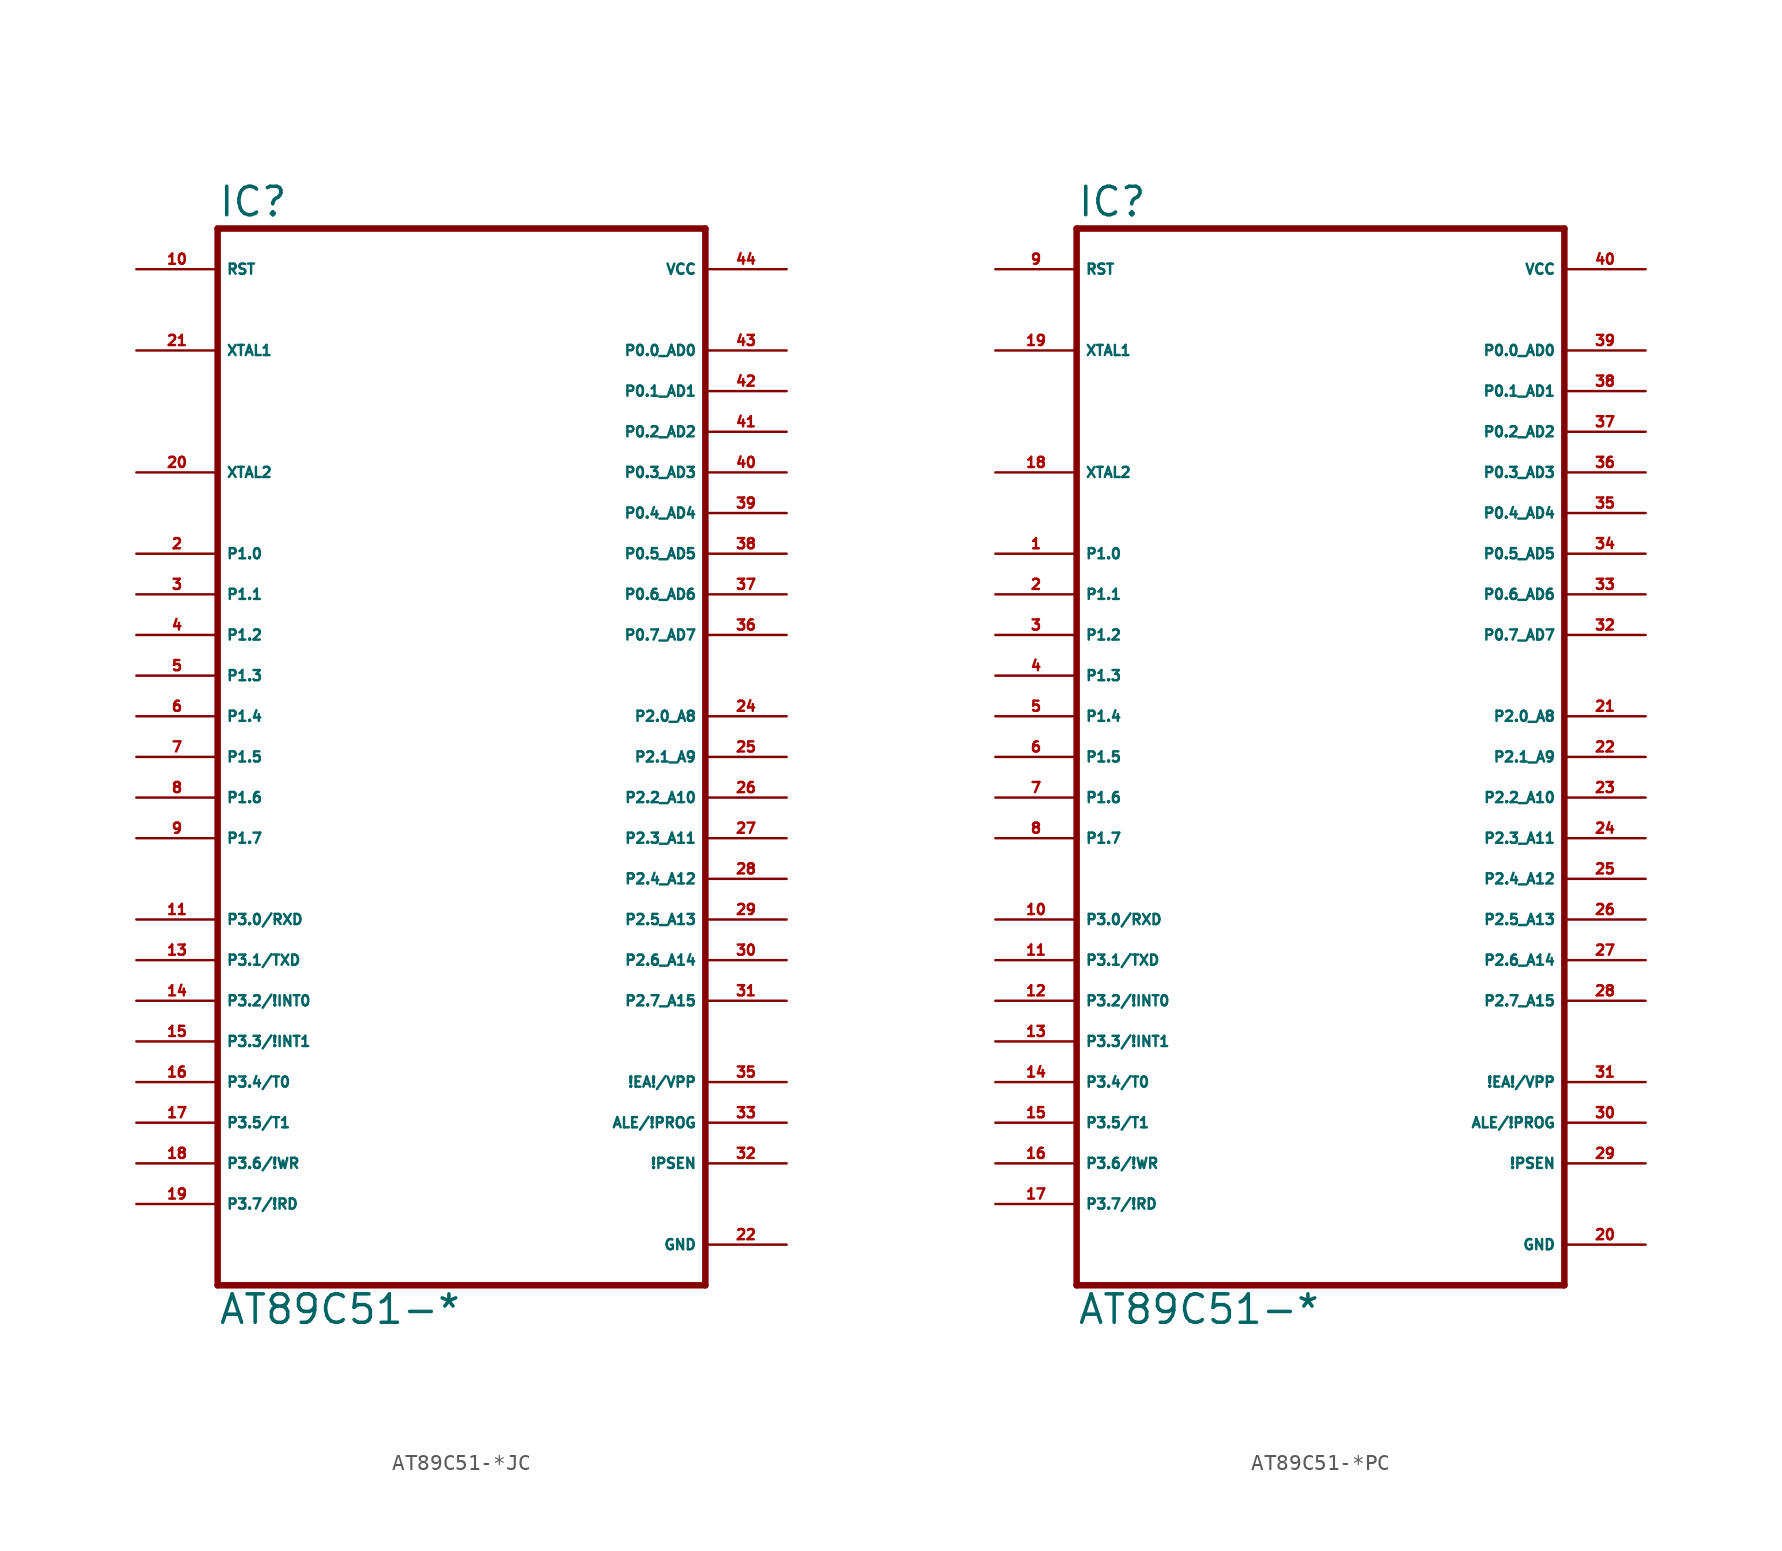
<source format=kicad_sym>
(kicad_symbol_lib
  (version 20220914)
  (generator Eagle2Kicad)
  (symbol "AT89C51-*JC"
    (property "Reference" "IC"
      (at -15.24 33.655 0)
      (effects (font (size 1.778 1.778) (thickness 0.22)) (justify left bottom)))
    (property "Value" "AT89C51-*"
      (at -15.24 -35.56 0)
      (effects (font (size 1.778 1.778) (thickness 0.22)) (justify left bottom)))
    (polyline
      (pts (xy -15.24 -33.02) (xy 15.24 -33.02))
      (stroke (width 0.406) (type default))
      (fill (type none)))
    (polyline
      (pts (xy 15.24 -33.02) (xy 15.24 33.02))
      (stroke (width 0.406) (type default))
      (fill (type none)))
    (polyline
      (pts (xy 15.24 33.02) (xy -15.24 33.02))
      (stroke (width 0.406) (type default))
      (fill (type none)))
    (polyline
      (pts (xy -15.24 33.02) (xy -15.24 -33.02))
      (stroke (width 0.406) (type default))
      (fill (type none)))
    (pin input line
      (at 20.32 -20.32 180)
      (length 5.08)
      (name "!EA!/VPP" (effects (font (size 0.635 0.635) (thickness 0.08)) (justify left bottom)))
      (number "35" (effects (font (size 0.635 0.635) (thickness 0.08)) (justify left bottom))))
    (pin bidirectional line
      (at 20.32 25.4 180)
      (length 5.08)
      (name "P0.0_AD0" (effects (font (size 0.635 0.635) (thickness 0.08)) (justify left bottom)))
      (number "43" (effects (font (size 0.635 0.635) (thickness 0.08)) (justify left bottom))))
    (pin bidirectional line
      (at 20.32 22.86 180)
      (length 5.08)
      (name "P0.1_AD1" (effects (font (size 0.635 0.635) (thickness 0.08)) (justify left bottom)))
      (number "42" (effects (font (size 0.635 0.635) (thickness 0.08)) (justify left bottom))))
    (pin bidirectional line
      (at 20.32 20.32 180)
      (length 5.08)
      (name "P0.2_AD2" (effects (font (size 0.635 0.635) (thickness 0.08)) (justify left bottom)))
      (number "41" (effects (font (size 0.635 0.635) (thickness 0.08)) (justify left bottom))))
    (pin bidirectional line
      (at 20.32 17.78 180)
      (length 5.08)
      (name "P0.3_AD3" (effects (font (size 0.635 0.635) (thickness 0.08)) (justify left bottom)))
      (number "40" (effects (font (size 0.635 0.635) (thickness 0.08)) (justify left bottom))))
    (pin bidirectional line
      (at 20.32 15.24 180)
      (length 5.08)
      (name "P0.4_AD4" (effects (font (size 0.635 0.635) (thickness 0.08)) (justify left bottom)))
      (number "39" (effects (font (size 0.635 0.635) (thickness 0.08)) (justify left bottom))))
    (pin bidirectional line
      (at 20.32 12.7 180)
      (length 5.08)
      (name "P0.5_AD5" (effects (font (size 0.635 0.635) (thickness 0.08)) (justify left bottom)))
      (number "38" (effects (font (size 0.635 0.635) (thickness 0.08)) (justify left bottom))))
    (pin bidirectional line
      (at 20.32 10.16 180)
      (length 5.08)
      (name "P0.6_AD6" (effects (font (size 0.635 0.635) (thickness 0.08)) (justify left bottom)))
      (number "37" (effects (font (size 0.635 0.635) (thickness 0.08)) (justify left bottom))))
    (pin bidirectional line
      (at 20.32 7.62 180)
      (length 5.08)
      (name "P0.7_AD7" (effects (font (size 0.635 0.635) (thickness 0.08)) (justify left bottom)))
      (number "36" (effects (font (size 0.635 0.635) (thickness 0.08)) (justify left bottom))))
    (pin input line
      (at -20.32 25.4 0)
      (length 5.08)
      (name "XTAL1" (effects (font (size 0.635 0.635) (thickness 0.08)) (justify left bottom)))
      (number "21" (effects (font (size 0.635 0.635) (thickness 0.08)) (justify left bottom))))
    (pin input line
      (at -20.32 17.78 0)
      (length 5.08)
      (name "XTAL2" (effects (font (size 0.635 0.635) (thickness 0.08)) (justify left bottom)))
      (number "20" (effects (font (size 0.635 0.635) (thickness 0.08)) (justify left bottom))))
    (pin input line
      (at -20.32 30.48 0)
      (length 5.08)
      (name "RST" (effects (font (size 0.635 0.635) (thickness 0.08)) (justify left bottom)))
      (number "10" (effects (font (size 0.635 0.635) (thickness 0.08)) (justify left bottom))))
    (pin output line
      (at 20.32 -22.86 180)
      (length 5.08)
      (name "ALE/!PROG" (effects (font (size 0.635 0.635) (thickness 0.08)) (justify left bottom)))
      (number "33" (effects (font (size 0.635 0.635) (thickness 0.08)) (justify left bottom))))
    (pin output line
      (at 20.32 -25.4 180)
      (length 5.08)
      (name "!PSEN" (effects (font (size 0.635 0.635) (thickness 0.08)) (justify left bottom)))
      (number "32" (effects (font (size 0.635 0.635) (thickness 0.08)) (justify left bottom))))
    (pin bidirectional line
      (at 20.32 2.54 180)
      (length 5.08)
      (name "P2.0_A8" (effects (font (size 0.635 0.635) (thickness 0.08)) (justify left bottom)))
      (number "24" (effects (font (size 0.635 0.635) (thickness 0.08)) (justify left bottom))))
    (pin bidirectional line
      (at 20.32 0 180)
      (length 5.08)
      (name "P2.1_A9" (effects (font (size 0.635 0.635) (thickness 0.08)) (justify left bottom)))
      (number "25" (effects (font (size 0.635 0.635) (thickness 0.08)) (justify left bottom))))
    (pin bidirectional line
      (at 20.32 -2.54 180)
      (length 5.08)
      (name "P2.2_A10" (effects (font (size 0.635 0.635) (thickness 0.08)) (justify left bottom)))
      (number "26" (effects (font (size 0.635 0.635) (thickness 0.08)) (justify left bottom))))
    (pin bidirectional line
      (at 20.32 -5.08 180)
      (length 5.08)
      (name "P2.3_A11" (effects (font (size 0.635 0.635) (thickness 0.08)) (justify left bottom)))
      (number "27" (effects (font (size 0.635 0.635) (thickness 0.08)) (justify left bottom))))
    (pin bidirectional line
      (at 20.32 -7.62 180)
      (length 5.08)
      (name "P2.4_A12" (effects (font (size 0.635 0.635) (thickness 0.08)) (justify left bottom)))
      (number "28" (effects (font (size 0.635 0.635) (thickness 0.08)) (justify left bottom))))
    (pin bidirectional line
      (at 20.32 -10.16 180)
      (length 5.08)
      (name "P2.5_A13" (effects (font (size 0.635 0.635) (thickness 0.08)) (justify left bottom)))
      (number "29" (effects (font (size 0.635 0.635) (thickness 0.08)) (justify left bottom))))
    (pin bidirectional line
      (at 20.32 -12.7 180)
      (length 5.08)
      (name "P2.6_A14" (effects (font (size 0.635 0.635) (thickness 0.08)) (justify left bottom)))
      (number "30" (effects (font (size 0.635 0.635) (thickness 0.08)) (justify left bottom))))
    (pin bidirectional line
      (at 20.32 -15.24 180)
      (length 5.08)
      (name "P2.7_A15" (effects (font (size 0.635 0.635) (thickness 0.08)) (justify left bottom)))
      (number "31" (effects (font (size 0.635 0.635) (thickness 0.08)) (justify left bottom))))
    (pin bidirectional line
      (at -20.32 12.7 0)
      (length 5.08)
      (name "P1.0" (effects (font (size 0.635 0.635) (thickness 0.08)) (justify left bottom)))
      (number "2" (effects (font (size 0.635 0.635) (thickness 0.08)) (justify left bottom))))
    (pin bidirectional line
      (at -20.32 10.16 0)
      (length 5.08)
      (name "P1.1" (effects (font (size 0.635 0.635) (thickness 0.08)) (justify left bottom)))
      (number "3" (effects (font (size 0.635 0.635) (thickness 0.08)) (justify left bottom))))
    (pin bidirectional line
      (at -20.32 7.62 0)
      (length 5.08)
      (name "P1.2" (effects (font (size 0.635 0.635) (thickness 0.08)) (justify left bottom)))
      (number "4" (effects (font (size 0.635 0.635) (thickness 0.08)) (justify left bottom))))
    (pin bidirectional line
      (at -20.32 5.08 0)
      (length 5.08)
      (name "P1.3" (effects (font (size 0.635 0.635) (thickness 0.08)) (justify left bottom)))
      (number "5" (effects (font (size 0.635 0.635) (thickness 0.08)) (justify left bottom))))
    (pin bidirectional line
      (at -20.32 2.54 0)
      (length 5.08)
      (name "P1.4" (effects (font (size 0.635 0.635) (thickness 0.08)) (justify left bottom)))
      (number "6" (effects (font (size 0.635 0.635) (thickness 0.08)) (justify left bottom))))
    (pin bidirectional line
      (at -20.32 0 0)
      (length 5.08)
      (name "P1.5" (effects (font (size 0.635 0.635) (thickness 0.08)) (justify left bottom)))
      (number "7" (effects (font (size 0.635 0.635) (thickness 0.08)) (justify left bottom))))
    (pin bidirectional line
      (at -20.32 -2.54 0)
      (length 5.08)
      (name "P1.6" (effects (font (size 0.635 0.635) (thickness 0.08)) (justify left bottom)))
      (number "8" (effects (font (size 0.635 0.635) (thickness 0.08)) (justify left bottom))))
    (pin bidirectional line
      (at -20.32 -5.08 0)
      (length 5.08)
      (name "P1.7" (effects (font (size 0.635 0.635) (thickness 0.08)) (justify left bottom)))
      (number "9" (effects (font (size 0.635 0.635) (thickness 0.08)) (justify left bottom))))
    (pin bidirectional line
      (at -20.32 -10.16 0)
      (length 5.08)
      (name "P3.0/RXD" (effects (font (size 0.635 0.635) (thickness 0.08)) (justify left bottom)))
      (number "11" (effects (font (size 0.635 0.635) (thickness 0.08)) (justify left bottom))))
    (pin bidirectional line
      (at -20.32 -12.7 0)
      (length 5.08)
      (name "P3.1/TXD" (effects (font (size 0.635 0.635) (thickness 0.08)) (justify left bottom)))
      (number "13" (effects (font (size 0.635 0.635) (thickness 0.08)) (justify left bottom))))
    (pin bidirectional line
      (at -20.32 -15.24 0)
      (length 5.08)
      (name "P3.2/!INT0" (effects (font (size 0.635 0.635) (thickness 0.08)) (justify left bottom)))
      (number "14" (effects (font (size 0.635 0.635) (thickness 0.08)) (justify left bottom))))
    (pin bidirectional line
      (at -20.32 -17.78 0)
      (length 5.08)
      (name "P3.3/!INT1" (effects (font (size 0.635 0.635) (thickness 0.08)) (justify left bottom)))
      (number "15" (effects (font (size 0.635 0.635) (thickness 0.08)) (justify left bottom))))
    (pin bidirectional line
      (at -20.32 -20.32 0)
      (length 5.08)
      (name "P3.4/T0" (effects (font (size 0.635 0.635) (thickness 0.08)) (justify left bottom)))
      (number "16" (effects (font (size 0.635 0.635) (thickness 0.08)) (justify left bottom))))
    (pin bidirectional line
      (at -20.32 -22.86 0)
      (length 5.08)
      (name "P3.5/T1" (effects (font (size 0.635 0.635) (thickness 0.08)) (justify left bottom)))
      (number "17" (effects (font (size 0.635 0.635) (thickness 0.08)) (justify left bottom))))
    (pin bidirectional line
      (at -20.32 -25.4 0)
      (length 5.08)
      (name "P3.6/!WR" (effects (font (size 0.635 0.635) (thickness 0.08)) (justify left bottom)))
      (number "18" (effects (font (size 0.635 0.635) (thickness 0.08)) (justify left bottom))))
    (pin bidirectional line
      (at -20.32 -27.94 0)
      (length 5.08)
      (name "P3.7/!RD" (effects (font (size 0.635 0.635) (thickness 0.08)) (justify left bottom)))
      (number "19" (effects (font (size 0.635 0.635) (thickness 0.08)) (justify left bottom))))
    (pin unspecified line
      (at 20.32 30.48 180)
      (length 5.08)
      (name "VCC" (effects (font (size 0.635 0.635) (thickness 0.08)) (justify left bottom)))
      (number "44" (effects (font (size 0.635 0.635) (thickness 0.08)) (justify left bottom))))
    (pin unspecified line
      (at 20.32 -30.48 180)
      (length 5.08)
      (name "GND" (effects (font (size 0.635 0.635) (thickness 0.08)) (justify left bottom)))
      (number "22" (effects (font (size 0.635 0.635) (thickness 0.08)) (justify left bottom)))))
  (symbol "AT89C51-*PC"
    (property "Reference" "IC"
      (at -15.24 33.655 0)
      (effects (font (size 1.778 1.778) (thickness 0.22)) (justify left bottom)))
    (property "Value" "AT89C51-*"
      (at -15.24 -35.56 0)
      (effects (font (size 1.778 1.778) (thickness 0.22)) (justify left bottom)))
    (polyline
      (pts (xy -15.24 -33.02) (xy 15.24 -33.02))
      (stroke (width 0.406) (type default))
      (fill (type none)))
    (polyline
      (pts (xy 15.24 -33.02) (xy 15.24 33.02))
      (stroke (width 0.406) (type default))
      (fill (type none)))
    (polyline
      (pts (xy 15.24 33.02) (xy -15.24 33.02))
      (stroke (width 0.406) (type default))
      (fill (type none)))
    (polyline
      (pts (xy -15.24 33.02) (xy -15.24 -33.02))
      (stroke (width 0.406) (type default))
      (fill (type none)))
    (pin input line
      (at 20.32 -20.32 180)
      (length 5.08)
      (name "!EA!/VPP" (effects (font (size 0.635 0.635) (thickness 0.08)) (justify left bottom)))
      (number "31" (effects (font (size 0.635 0.635) (thickness 0.08)) (justify left bottom))))
    (pin bidirectional line
      (at 20.32 25.4 180)
      (length 5.08)
      (name "P0.0_AD0" (effects (font (size 0.635 0.635) (thickness 0.08)) (justify left bottom)))
      (number "39" (effects (font (size 0.635 0.635) (thickness 0.08)) (justify left bottom))))
    (pin bidirectional line
      (at 20.32 22.86 180)
      (length 5.08)
      (name "P0.1_AD1" (effects (font (size 0.635 0.635) (thickness 0.08)) (justify left bottom)))
      (number "38" (effects (font (size 0.635 0.635) (thickness 0.08)) (justify left bottom))))
    (pin bidirectional line
      (at 20.32 20.32 180)
      (length 5.08)
      (name "P0.2_AD2" (effects (font (size 0.635 0.635) (thickness 0.08)) (justify left bottom)))
      (number "37" (effects (font (size 0.635 0.635) (thickness 0.08)) (justify left bottom))))
    (pin bidirectional line
      (at 20.32 17.78 180)
      (length 5.08)
      (name "P0.3_AD3" (effects (font (size 0.635 0.635) (thickness 0.08)) (justify left bottom)))
      (number "36" (effects (font (size 0.635 0.635) (thickness 0.08)) (justify left bottom))))
    (pin bidirectional line
      (at 20.32 15.24 180)
      (length 5.08)
      (name "P0.4_AD4" (effects (font (size 0.635 0.635) (thickness 0.08)) (justify left bottom)))
      (number "35" (effects (font (size 0.635 0.635) (thickness 0.08)) (justify left bottom))))
    (pin bidirectional line
      (at 20.32 12.7 180)
      (length 5.08)
      (name "P0.5_AD5" (effects (font (size 0.635 0.635) (thickness 0.08)) (justify left bottom)))
      (number "34" (effects (font (size 0.635 0.635) (thickness 0.08)) (justify left bottom))))
    (pin bidirectional line
      (at 20.32 10.16 180)
      (length 5.08)
      (name "P0.6_AD6" (effects (font (size 0.635 0.635) (thickness 0.08)) (justify left bottom)))
      (number "33" (effects (font (size 0.635 0.635) (thickness 0.08)) (justify left bottom))))
    (pin bidirectional line
      (at 20.32 7.62 180)
      (length 5.08)
      (name "P0.7_AD7" (effects (font (size 0.635 0.635) (thickness 0.08)) (justify left bottom)))
      (number "32" (effects (font (size 0.635 0.635) (thickness 0.08)) (justify left bottom))))
    (pin input line
      (at -20.32 25.4 0)
      (length 5.08)
      (name "XTAL1" (effects (font (size 0.635 0.635) (thickness 0.08)) (justify left bottom)))
      (number "19" (effects (font (size 0.635 0.635) (thickness 0.08)) (justify left bottom))))
    (pin input line
      (at -20.32 17.78 0)
      (length 5.08)
      (name "XTAL2" (effects (font (size 0.635 0.635) (thickness 0.08)) (justify left bottom)))
      (number "18" (effects (font (size 0.635 0.635) (thickness 0.08)) (justify left bottom))))
    (pin input line
      (at -20.32 30.48 0)
      (length 5.08)
      (name "RST" (effects (font (size 0.635 0.635) (thickness 0.08)) (justify left bottom)))
      (number "9" (effects (font (size 0.635 0.635) (thickness 0.08)) (justify left bottom))))
    (pin output line
      (at 20.32 -22.86 180)
      (length 5.08)
      (name "ALE/!PROG" (effects (font (size 0.635 0.635) (thickness 0.08)) (justify left bottom)))
      (number "30" (effects (font (size 0.635 0.635) (thickness 0.08)) (justify left bottom))))
    (pin output line
      (at 20.32 -25.4 180)
      (length 5.08)
      (name "!PSEN" (effects (font (size 0.635 0.635) (thickness 0.08)) (justify left bottom)))
      (number "29" (effects (font (size 0.635 0.635) (thickness 0.08)) (justify left bottom))))
    (pin bidirectional line
      (at 20.32 2.54 180)
      (length 5.08)
      (name "P2.0_A8" (effects (font (size 0.635 0.635) (thickness 0.08)) (justify left bottom)))
      (number "21" (effects (font (size 0.635 0.635) (thickness 0.08)) (justify left bottom))))
    (pin bidirectional line
      (at 20.32 0 180)
      (length 5.08)
      (name "P2.1_A9" (effects (font (size 0.635 0.635) (thickness 0.08)) (justify left bottom)))
      (number "22" (effects (font (size 0.635 0.635) (thickness 0.08)) (justify left bottom))))
    (pin bidirectional line
      (at 20.32 -2.54 180)
      (length 5.08)
      (name "P2.2_A10" (effects (font (size 0.635 0.635) (thickness 0.08)) (justify left bottom)))
      (number "23" (effects (font (size 0.635 0.635) (thickness 0.08)) (justify left bottom))))
    (pin bidirectional line
      (at 20.32 -5.08 180)
      (length 5.08)
      (name "P2.3_A11" (effects (font (size 0.635 0.635) (thickness 0.08)) (justify left bottom)))
      (number "24" (effects (font (size 0.635 0.635) (thickness 0.08)) (justify left bottom))))
    (pin bidirectional line
      (at 20.32 -7.62 180)
      (length 5.08)
      (name "P2.4_A12" (effects (font (size 0.635 0.635) (thickness 0.08)) (justify left bottom)))
      (number "25" (effects (font (size 0.635 0.635) (thickness 0.08)) (justify left bottom))))
    (pin bidirectional line
      (at 20.32 -10.16 180)
      (length 5.08)
      (name "P2.5_A13" (effects (font (size 0.635 0.635) (thickness 0.08)) (justify left bottom)))
      (number "26" (effects (font (size 0.635 0.635) (thickness 0.08)) (justify left bottom))))
    (pin bidirectional line
      (at 20.32 -12.7 180)
      (length 5.08)
      (name "P2.6_A14" (effects (font (size 0.635 0.635) (thickness 0.08)) (justify left bottom)))
      (number "27" (effects (font (size 0.635 0.635) (thickness 0.08)) (justify left bottom))))
    (pin bidirectional line
      (at 20.32 -15.24 180)
      (length 5.08)
      (name "P2.7_A15" (effects (font (size 0.635 0.635) (thickness 0.08)) (justify left bottom)))
      (number "28" (effects (font (size 0.635 0.635) (thickness 0.08)) (justify left bottom))))
    (pin bidirectional line
      (at -20.32 12.7 0)
      (length 5.08)
      (name "P1.0" (effects (font (size 0.635 0.635) (thickness 0.08)) (justify left bottom)))
      (number "1" (effects (font (size 0.635 0.635) (thickness 0.08)) (justify left bottom))))
    (pin bidirectional line
      (at -20.32 10.16 0)
      (length 5.08)
      (name "P1.1" (effects (font (size 0.635 0.635) (thickness 0.08)) (justify left bottom)))
      (number "2" (effects (font (size 0.635 0.635) (thickness 0.08)) (justify left bottom))))
    (pin bidirectional line
      (at -20.32 7.62 0)
      (length 5.08)
      (name "P1.2" (effects (font (size 0.635 0.635) (thickness 0.08)) (justify left bottom)))
      (number "3" (effects (font (size 0.635 0.635) (thickness 0.08)) (justify left bottom))))
    (pin bidirectional line
      (at -20.32 5.08 0)
      (length 5.08)
      (name "P1.3" (effects (font (size 0.635 0.635) (thickness 0.08)) (justify left bottom)))
      (number "4" (effects (font (size 0.635 0.635) (thickness 0.08)) (justify left bottom))))
    (pin bidirectional line
      (at -20.32 2.54 0)
      (length 5.08)
      (name "P1.4" (effects (font (size 0.635 0.635) (thickness 0.08)) (justify left bottom)))
      (number "5" (effects (font (size 0.635 0.635) (thickness 0.08)) (justify left bottom))))
    (pin bidirectional line
      (at -20.32 0 0)
      (length 5.08)
      (name "P1.5" (effects (font (size 0.635 0.635) (thickness 0.08)) (justify left bottom)))
      (number "6" (effects (font (size 0.635 0.635) (thickness 0.08)) (justify left bottom))))
    (pin bidirectional line
      (at -20.32 -2.54 0)
      (length 5.08)
      (name "P1.6" (effects (font (size 0.635 0.635) (thickness 0.08)) (justify left bottom)))
      (number "7" (effects (font (size 0.635 0.635) (thickness 0.08)) (justify left bottom))))
    (pin bidirectional line
      (at -20.32 -5.08 0)
      (length 5.08)
      (name "P1.7" (effects (font (size 0.635 0.635) (thickness 0.08)) (justify left bottom)))
      (number "8" (effects (font (size 0.635 0.635) (thickness 0.08)) (justify left bottom))))
    (pin bidirectional line
      (at -20.32 -10.16 0)
      (length 5.08)
      (name "P3.0/RXD" (effects (font (size 0.635 0.635) (thickness 0.08)) (justify left bottom)))
      (number "10" (effects (font (size 0.635 0.635) (thickness 0.08)) (justify left bottom))))
    (pin bidirectional line
      (at -20.32 -12.7 0)
      (length 5.08)
      (name "P3.1/TXD" (effects (font (size 0.635 0.635) (thickness 0.08)) (justify left bottom)))
      (number "11" (effects (font (size 0.635 0.635) (thickness 0.08)) (justify left bottom))))
    (pin bidirectional line
      (at -20.32 -15.24 0)
      (length 5.08)
      (name "P3.2/!INT0" (effects (font (size 0.635 0.635) (thickness 0.08)) (justify left bottom)))
      (number "12" (effects (font (size 0.635 0.635) (thickness 0.08)) (justify left bottom))))
    (pin bidirectional line
      (at -20.32 -17.78 0)
      (length 5.08)
      (name "P3.3/!INT1" (effects (font (size 0.635 0.635) (thickness 0.08)) (justify left bottom)))
      (number "13" (effects (font (size 0.635 0.635) (thickness 0.08)) (justify left bottom))))
    (pin bidirectional line
      (at -20.32 -20.32 0)
      (length 5.08)
      (name "P3.4/T0" (effects (font (size 0.635 0.635) (thickness 0.08)) (justify left bottom)))
      (number "14" (effects (font (size 0.635 0.635) (thickness 0.08)) (justify left bottom))))
    (pin bidirectional line
      (at -20.32 -22.86 0)
      (length 5.08)
      (name "P3.5/T1" (effects (font (size 0.635 0.635) (thickness 0.08)) (justify left bottom)))
      (number "15" (effects (font (size 0.635 0.635) (thickness 0.08)) (justify left bottom))))
    (pin bidirectional line
      (at -20.32 -25.4 0)
      (length 5.08)
      (name "P3.6/!WR" (effects (font (size 0.635 0.635) (thickness 0.08)) (justify left bottom)))
      (number "16" (effects (font (size 0.635 0.635) (thickness 0.08)) (justify left bottom))))
    (pin bidirectional line
      (at -20.32 -27.94 0)
      (length 5.08)
      (name "P3.7/!RD" (effects (font (size 0.635 0.635) (thickness 0.08)) (justify left bottom)))
      (number "17" (effects (font (size 0.635 0.635) (thickness 0.08)) (justify left bottom))))
    (pin unspecified line
      (at 20.32 30.48 180)
      (length 5.08)
      (name "VCC" (effects (font (size 0.635 0.635) (thickness 0.08)) (justify left bottom)))
      (number "40" (effects (font (size 0.635 0.635) (thickness 0.08)) (justify left bottom))))
    (pin unspecified line
      (at 20.32 -30.48 180)
      (length 5.08)
      (name "GND" (effects (font (size 0.635 0.635) (thickness 0.08)) (justify left bottom)))
      (number "20" (effects (font (size 0.635 0.635) (thickness 0.08)) (justify left bottom))))))
</source>
